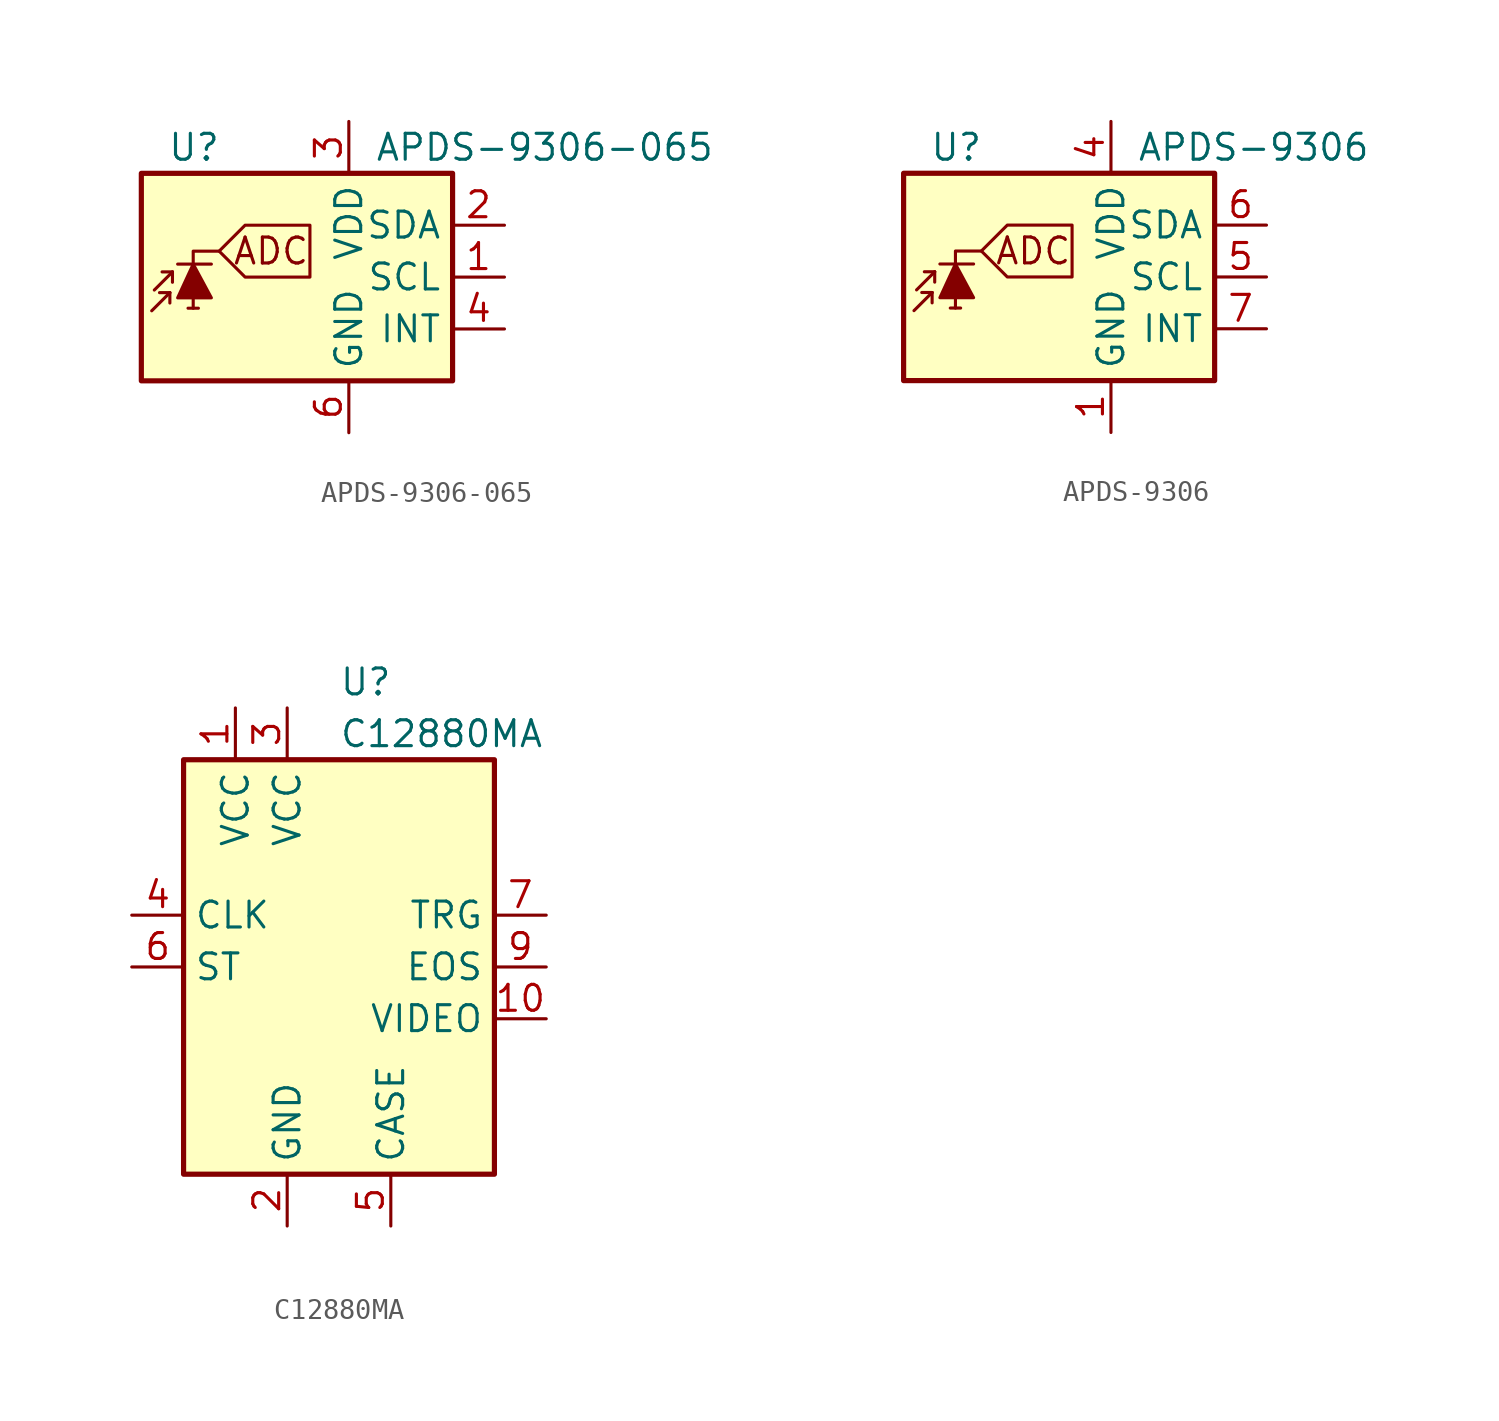
<source format=kicad_sym>
(kicad_symbol_lib
  (version 20200908)
  (generator kicad_symbol_editor)
  (symbol "Sensor_Optical:APDS-9306-065"
    (property "Reference" "U"
      (at -6.35 6.35 0)
      (effects (font (size 1.27 1.27)) (justify left)))
    (property "Value" "APDS-9306-065"
      (at 3.81 6.35 0)
      (effects (font (size 1.27 1.27)) (justify left)))
    (symbol "APDS-9306-065_0_0"
      (text "ADC" (at -1.27 1.27 0) (effects (font (size 1.27 1.27))))
      (polyline (pts (xy -3.81 1.27) (xy -2.54 2.54) (xy 0.635 2.54) (xy 0.635 0) (xy -2.54 0) (xy -3.81 1.27)) (stroke (width 0)) (fill (type none))))
    (symbol "APDS-9306-065_0_1"
      (rectangle (start -7.62 5.08) (end 7.62 -5.08) (stroke (width 0.254)) (fill (type background))))
    (symbol "APDS-9306-065_1_0"
      (polyline (pts (xy -5.08 -1.524) (xy -5.08 1.27) (xy -3.81 1.27)) (stroke (width 0)) (fill (type none))))
    (symbol "APDS-9306-065_1_1"
      (polyline (pts (xy -6.223 -0.762) (xy -7.112 -1.651)) (stroke (width 0)) (fill (type none)))
      (polyline (pts (xy -6.223 -0.762) (xy -6.731 -0.762)) (stroke (width 0)) (fill (type none)))
      (polyline (pts (xy -6.223 -0.762) (xy -6.223 -1.27)) (stroke (width 0)) (fill (type none)))
      (polyline (pts (xy -6.096 0.254) (xy -6.985 -0.635)) (stroke (width 0)) (fill (type none)))
      (polyline (pts (xy -6.096 0.254) (xy -6.604 0.254)) (stroke (width 0)) (fill (type none)))
      (polyline (pts (xy -6.096 0.254) (xy -6.096 -0.254)) (stroke (width 0)) (fill (type none)))
      (polyline (pts (xy -5.842 0.635) (xy -4.191 0.635)) (stroke (width 0)) (fill (type none)))
      (polyline (pts (xy -4.826 -1.524) (xy -5.334 -1.524)) (stroke (width 0)) (fill (type none)))
      (polyline (pts (xy -5.842 -1.016) (xy -4.191 -1.016) (xy -5.08 0.635) (xy -5.842 -1.016)) (stroke (width 0)) (fill (type outline)))
      (pin input line (at 10.16 0 180) (length 2.54) (name "SCL" (effects (font (size 1.27 1.27)))) (number "1" (effects (font (size 1.27 1.27)))))
      (pin bidirectional line (at 10.16 2.54 180) (length 2.54) (name "SDA" (effects (font (size 1.27 1.27)))) (number "2" (effects (font (size 1.27 1.27)))))
      (pin power_in line (at 2.54 7.62 270) (length 2.54) (name "VDD" (effects (font (size 1.27 1.27)))) (number "3" (effects (font (size 1.27 1.27)))))
      (pin open_collector line (at 10.16 -2.54 180) (length 2.54) (name "INT" (effects (font (size 1.27 1.27)))) (number "4" (effects (font (size 1.27 1.27)))))
      (pin unconnected line (at -7.62 2.54 0) (length 2.54) hide (name "NC" (effects (font (size 1.27 1.27)))) (number "5" (effects (font (size 1.27 1.27)))))
      (pin power_in line (at 2.54 -7.62 90) (length 2.54) (name "GND" (effects (font (size 1.27 1.27)))) (number "6" (effects (font (size 1.27 1.27)))))))
  (symbol "Sensor_Optical:APDS-9306"
    (property "Reference" "U"
      (at -6.35 6.35 0)
      (effects (font (size 1.27 1.27)) (justify left)))
    (property "Value" "APDS-9306"
      (at 3.81 6.35 0)
      (effects (font (size 1.27 1.27)) (justify left)))
    (symbol "APDS-9306_0_0"
      (text "ADC" (at -1.27 1.27 0) (effects (font (size 1.27 1.27))))
      (polyline (pts (xy -3.81 1.27) (xy -2.54 2.54) (xy 0.635 2.54) (xy 0.635 0) (xy -2.54 0) (xy -3.81 1.27)) (stroke (width 0)) (fill (type none))))
    (symbol "APDS-9306_0_1"
      (rectangle (start -7.62 5.08) (end 7.62 -5.08) (stroke (width 0.254)) (fill (type background))))
    (symbol "APDS-9306_1_0"
      (polyline (pts (xy -5.08 -1.524) (xy -5.08 1.27) (xy -3.81 1.27)) (stroke (width 0)) (fill (type none))))
    (symbol "APDS-9306_1_1"
      (polyline (pts (xy -6.223 -0.762) (xy -7.112 -1.651)) (stroke (width 0)) (fill (type none)))
      (polyline (pts (xy -6.223 -0.762) (xy -6.731 -0.762)) (stroke (width 0)) (fill (type none)))
      (polyline (pts (xy -6.223 -0.762) (xy -6.223 -1.27)) (stroke (width 0)) (fill (type none)))
      (polyline (pts (xy -6.096 0.254) (xy -6.985 -0.635)) (stroke (width 0)) (fill (type none)))
      (polyline (pts (xy -6.096 0.254) (xy -6.604 0.254)) (stroke (width 0)) (fill (type none)))
      (polyline (pts (xy -6.096 0.254) (xy -6.096 -0.254)) (stroke (width 0)) (fill (type none)))
      (polyline (pts (xy -5.842 0.635) (xy -4.191 0.635)) (stroke (width 0)) (fill (type none)))
      (polyline (pts (xy -4.826 -1.524) (xy -5.334 -1.524)) (stroke (width 0)) (fill (type none)))
      (polyline (pts (xy -5.842 -1.016) (xy -4.191 -1.016) (xy -5.08 0.635) (xy -5.842 -1.016)) (stroke (width 0)) (fill (type outline)))
      (pin power_in line (at 2.54 -7.62 90) (length 2.54) (name "GND" (effects (font (size 1.27 1.27)))) (number "1" (effects (font (size 1.27 1.27)))))
      (pin unconnected line (at -7.62 -5.08 0) (length 2.54) hide (name "NC" (effects (font (size 1.27 1.27)))) (number "2" (effects (font (size 1.27 1.27)))))
      (pin unconnected line (at -7.62 5.08 0) (length 2.54) hide (name "NC" (effects (font (size 1.27 1.27)))) (number "3" (effects (font (size 1.27 1.27)))))
      (pin power_in line (at 2.54 7.62 270) (length 2.54) (name "VDD" (effects (font (size 1.27 1.27)))) (number "4" (effects (font (size 1.27 1.27)))))
      (pin input line (at 10.16 0 180) (length 2.54) (name "SCL" (effects (font (size 1.27 1.27)))) (number "5" (effects (font (size 1.27 1.27)))))
      (pin bidirectional line (at 10.16 2.54 180) (length 2.54) (name "SDA" (effects (font (size 1.27 1.27)))) (number "6" (effects (font (size 1.27 1.27)))))
      (pin open_collector line (at 10.16 -2.54 180) (length 2.54) (name "INT" (effects (font (size 1.27 1.27)))) (number "7" (effects (font (size 1.27 1.27)))))
      (pin unconnected line (at -7.62 2.54 0) (length 2.54) hide (name "NC" (effects (font (size 1.27 1.27)))) (number "8" (effects (font (size 1.27 1.27)))))))
  (symbol "Sensor_Optical:C12880MA"
    (property "Reference" "U"
      (at 0 13.97 0)
      (effects (font (size 1.27 1.27)) (justify left)))
    (property "Value" "C12880MA"
      (at 0 11.43 0)
      (effects (font (size 1.27 1.27)) (justify left)))
    (symbol "C12880MA_0_1"
      (rectangle (start -7.62 10.16) (end 7.62 -10.16) (stroke (width 0.254)) (fill (type background))))
    (symbol "C12880MA_1_1"
      (pin power_in line (at -5.08 12.7 270) (length 2.54) (name "VCC" (effects (font (size 1.27 1.27)))) (number "1" (effects (font (size 1.27 1.27)))))
      (pin output line (at 10.16 -2.54 180) (length 2.54) (name "VIDEO" (effects (font (size 1.27 1.27)))) (number "10" (effects (font (size 1.27 1.27)))))
      (pin power_in line (at -2.54 -12.7 90) (length 2.54) (name "GND" (effects (font (size 1.27 1.27)))) (number "2" (effects (font (size 1.27 1.27)))))
      (pin power_in line (at -2.54 12.7 270) (length 2.54) (name "VCC" (effects (font (size 1.27 1.27)))) (number "3" (effects (font (size 1.27 1.27)))))
      (pin input line (at -10.16 2.54 0) (length 2.54) (name "CLK" (effects (font (size 1.27 1.27)))) (number "4" (effects (font (size 1.27 1.27)))))
      (pin passive line (at 2.54 -12.7 90) (length 2.54) (name "CASE" (effects (font (size 1.27 1.27)))) (number "5" (effects (font (size 1.27 1.27)))))
      (pin input line (at -10.16 0 0) (length 2.54) (name "ST" (effects (font (size 1.27 1.27)))) (number "6" (effects (font (size 1.27 1.27)))))
      (pin output line (at 10.16 2.54 180) (length 2.54) (name "TRG" (effects (font (size 1.27 1.27)))) (number "7" (effects (font (size 1.27 1.27)))))
      (pin unconnected line (at -7.62 -2.54 0) (length 2.54) hide (name "NC" (effects (font (size 1.27 1.27)))) (number "8" (effects (font (size 1.27 1.27)))))
      (pin output line (at 10.16 0 180) (length 2.54) (name "EOS" (effects (font (size 1.27 1.27)))) (number "9" (effects (font (size 1.27 1.27))))))))
</source>
